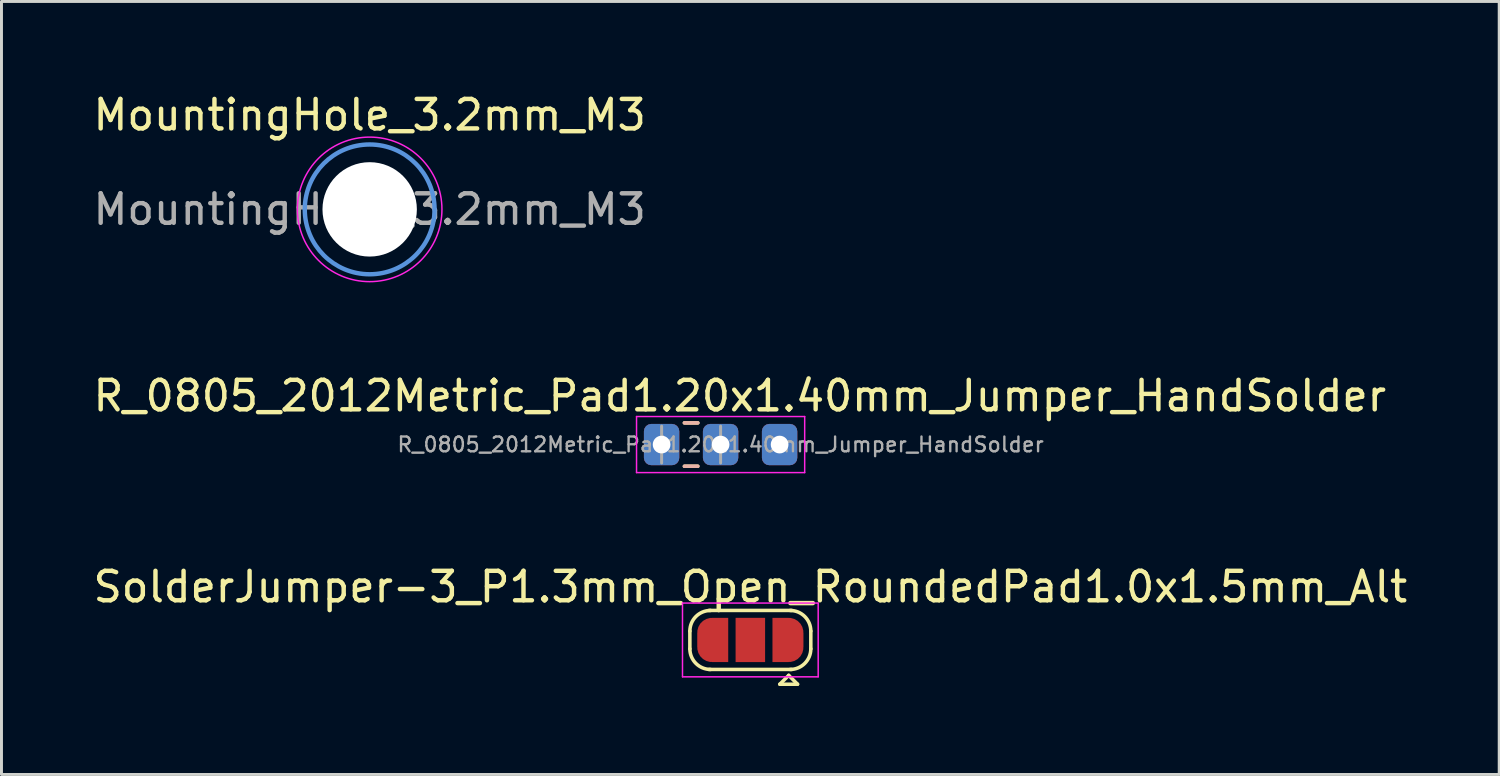
<source format=kicad_pcb>
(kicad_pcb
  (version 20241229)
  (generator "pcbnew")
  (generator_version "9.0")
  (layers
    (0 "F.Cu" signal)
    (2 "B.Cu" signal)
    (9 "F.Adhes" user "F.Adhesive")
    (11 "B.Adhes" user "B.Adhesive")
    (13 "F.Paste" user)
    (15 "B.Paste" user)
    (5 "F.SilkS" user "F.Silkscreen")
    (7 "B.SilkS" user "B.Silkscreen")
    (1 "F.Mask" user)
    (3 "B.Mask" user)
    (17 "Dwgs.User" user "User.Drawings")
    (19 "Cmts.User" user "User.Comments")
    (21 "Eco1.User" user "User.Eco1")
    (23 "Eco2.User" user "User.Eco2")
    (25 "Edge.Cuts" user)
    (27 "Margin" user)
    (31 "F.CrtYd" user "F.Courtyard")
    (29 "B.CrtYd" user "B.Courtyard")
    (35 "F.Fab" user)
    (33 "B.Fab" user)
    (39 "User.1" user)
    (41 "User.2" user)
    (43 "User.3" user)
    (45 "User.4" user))
  (footprint "R_0805_2012Metric_Pad1.20x1.40mm_Jumper_HandSolder"
    (layer "F.Cu")
    (at 20.379 12.021)
    (property "Reference" "R_0805_2012Metric_Pad1.20x1.40mm_Jumper_HandSolder" (at 1.651 -1.65 0) (layer "F.SilkS") (effects (font (size 1 1) (thickness 0.15))))
    (fp_line (start -0.227 -0.735) (end 0.227 -0.735) (stroke (width 0.12) (type solid)) (layer "F.SilkS"))
    (fp_line (start -0.227 0.735) (end 0.227 0.735) (stroke (width 0.12) (type solid)) (layer "F.SilkS"))
    (fp_line (start -0.227 -0.735) (end 0.227 -0.735) (stroke (width 0.12) (type solid)) (layer "B.SilkS"))
    (fp_line (start -0.227 0.735) (end 0.227 0.735) (stroke (width 0.12) (type solid)) (layer "B.SilkS"))
    (fp_line (start -1.85 -0.95) (end 3.85 -0.95) (stroke (width 0.05) (type solid)) (layer "F.CrtYd"))
    (fp_line (start -1.85 0.95) (end -1.85 -0.95) (stroke (width 0.05) (type solid)) (layer "F.CrtYd"))
    (fp_line (start 3.85 -0.95) (end 3.85 0.95) (stroke (width 0.05) (type solid)) (layer "F.CrtYd"))
    (fp_line (start 3.85 0.95) (end -1.85 0.95) (stroke (width 0.05) (type solid)) (layer "F.CrtYd"))
    (fp_line (start -1 0.625) (end -1 -0.625) (stroke (width 0.1) (type solid)) (layer "F.Fab"))
    (fp_line (start 1 -0.625) (end 1 0.625) (stroke (width 0.1) (type solid)) (layer "F.Fab"))
    (fp_text user "${REFERENCE}" (at 1 0 0) (layer "F.Fab") (effects (font (size 0.5 0.5) (thickness 0.08))))
    (pad "1" thru_hole roundrect (at -1 0) (size 1.2 1.4) (drill 0.6) (layers "*.Cu" "*.Mask") (roundrect_rratio 0.208))
    (pad "2" thru_hole roundrect (at 1 0) (size 1.2 1.4) (drill 0.6) (layers "*.Cu" "*.Mask") (roundrect_rratio 0.208))
    (pad "3" thru_hole roundrect (at 3 0 180) (size 1.2 1.4) (drill 0.6) (layers "*.Cu" "*.Mask") (roundrect_rratio 0.208)))
  (footprint "SolderJumper-3_P1.3mm_Open_RoundedPad1.0x1.5mm_Alt"
    (layer "F.Cu")
    (at 22.387 18.645)
    (property "Reference" "SolderJumper-3_P1.3mm_Open_RoundedPad1.0x1.5mm_Alt" (at 0 -1.8 0) (layer "F.SilkS") (effects (font (size 1 1) (thickness 0.15))))
    (attr exclude_from_pos_files exclude_from_bom)
    (fp_line (start -2.05 0.3) (end -2.05 -0.3) (stroke (width 0.12) (type solid)) (layer "F.SilkS"))
    (fp_line (start -1.4 -1) (end 1.4 -1) (stroke (width 0.12) (type solid)) (layer "F.SilkS"))
    (fp_line (start 1 1.5) (end 1.6 1.5) (stroke (width 0.12) (type solid)) (layer "F.SilkS"))
    (fp_line (start 1.3 1.2) (end 1 1.5) (stroke (width 0.12) (type solid)) (layer "F.SilkS"))
    (fp_line (start 1.3 1.2) (end 1.6 1.5) (stroke (width 0.12) (type solid)) (layer "F.SilkS"))
    (fp_line (start 1.4 1) (end -1.4 1) (stroke (width 0.12) (type solid)) (layer "F.SilkS"))
    (fp_line (start 2.05 -0.3) (end 2.05 0.3) (stroke (width 0.12) (type solid)) (layer "F.SilkS"))
    (fp_arc (start -2.05 -0.3) (mid -1.844975 -0.794975) (end -1.35 -1) (stroke (width 0.12) (type solid)) (layer "F.SilkS"))
    (fp_arc (start -1.35 1) (mid -1.844975 0.794975) (end -2.05 0.3) (stroke (width 0.12) (type solid)) (layer "F.SilkS"))
    (fp_arc (start 1.35 -1) (mid 1.844975 -0.794975) (end 2.05 -0.3) (stroke (width 0.12) (type solid)) (layer "F.SilkS"))
    (fp_arc (start 2.05 0.3) (mid 1.844975 0.794975) (end 1.35 1) (stroke (width 0.12) (type solid)) (layer "F.SilkS"))
    (fp_line (start -2.3 -1.25) (end -2.3 1.25) (stroke (width 0.05) (type solid)) (layer "F.CrtYd"))
    (fp_line (start -2.3 -1.25) (end 2.3 -1.25) (stroke (width 0.05) (type solid)) (layer "F.CrtYd"))
    (fp_line (start 2.3 1.25) (end -2.3 1.25) (stroke (width 0.05) (type solid)) (layer "F.CrtYd"))
    (fp_line (start 2.3 1.25) (end 2.3 -1.25) (stroke (width 0.05) (type solid)) (layer "F.CrtYd"))
    (pad "1" smd custom (at -1.3 0) (size 1 0.5) (layers "F.Cu" "F.Mask") (options (anchor rect)) (primitives (gr_circle (center 0 0.25) (end 0.5 0.25) (width 0) (fill yes)) (gr_circle (center 0 -0.25) (end 0.5 -0.25) (width 0) (fill yes)) (gr_poly (pts (xy 0.55 0.75) (xy 0 0.75) (xy 0 -0.75) (xy 0.55 -0.75)) (width 0) (fill yes))))
    (pad "2" smd rect (at 0 0) (size 1 1.5) (layers "F.Cu" "F.Mask"))
    (pad "3" smd custom (at 1.3 0) (size 1 0.5) (layers "F.Cu" "F.Mask") (options (anchor rect)) (primitives (gr_circle (center 0 0.25) (end 0.5 0.25) (width 0) (fill yes)) (gr_circle (center 0 -0.25) (end 0.5 -0.25) (width 0) (fill yes)) (gr_poly (pts (xy 0 0.75) (xy -0.55 0.75) (xy -0.55 -0.75) (xy 0 -0.75)) (width 0) (fill yes)))))
  (footprint "MountingHole_3.2mm_M3"
    (layer "F.Cu")
    (at 9.482 4.048)
    (property "Reference" "MountingHole_3.2mm_M3" (at 0 -3.2 0) (layer "F.SilkS") (effects (font (size 1 1) (thickness 0.15))))
    (attr exclude_from_pos_files exclude_from_bom)
    (fp_circle (center 0 0) (end 2.2 0) (stroke (width 0.15) (type solid)) (fill no) (layer "Cmts.User"))
    (fp_circle (center 0 0) (end 2.45 0) (stroke (width 0.05) (type solid)) (fill no) (layer "F.CrtYd"))
    (fp_text user "${REFERENCE}" (at 0 0 0) (layer "F.Fab") (effects (font (size 1 1) (thickness 0.15))))
    (pad "" np_thru_hole circle (at 0 0) (size 3.2 3.2) (drill 3.2) (layers "*.Cu" "*.Mask")))
  (gr_rect
    (start -3 -3)
    (end 47.774 23.205)
    (stroke (width 0.1) (type default))
    (fill no)
    (layer "Edge.Cuts")))
</source>
